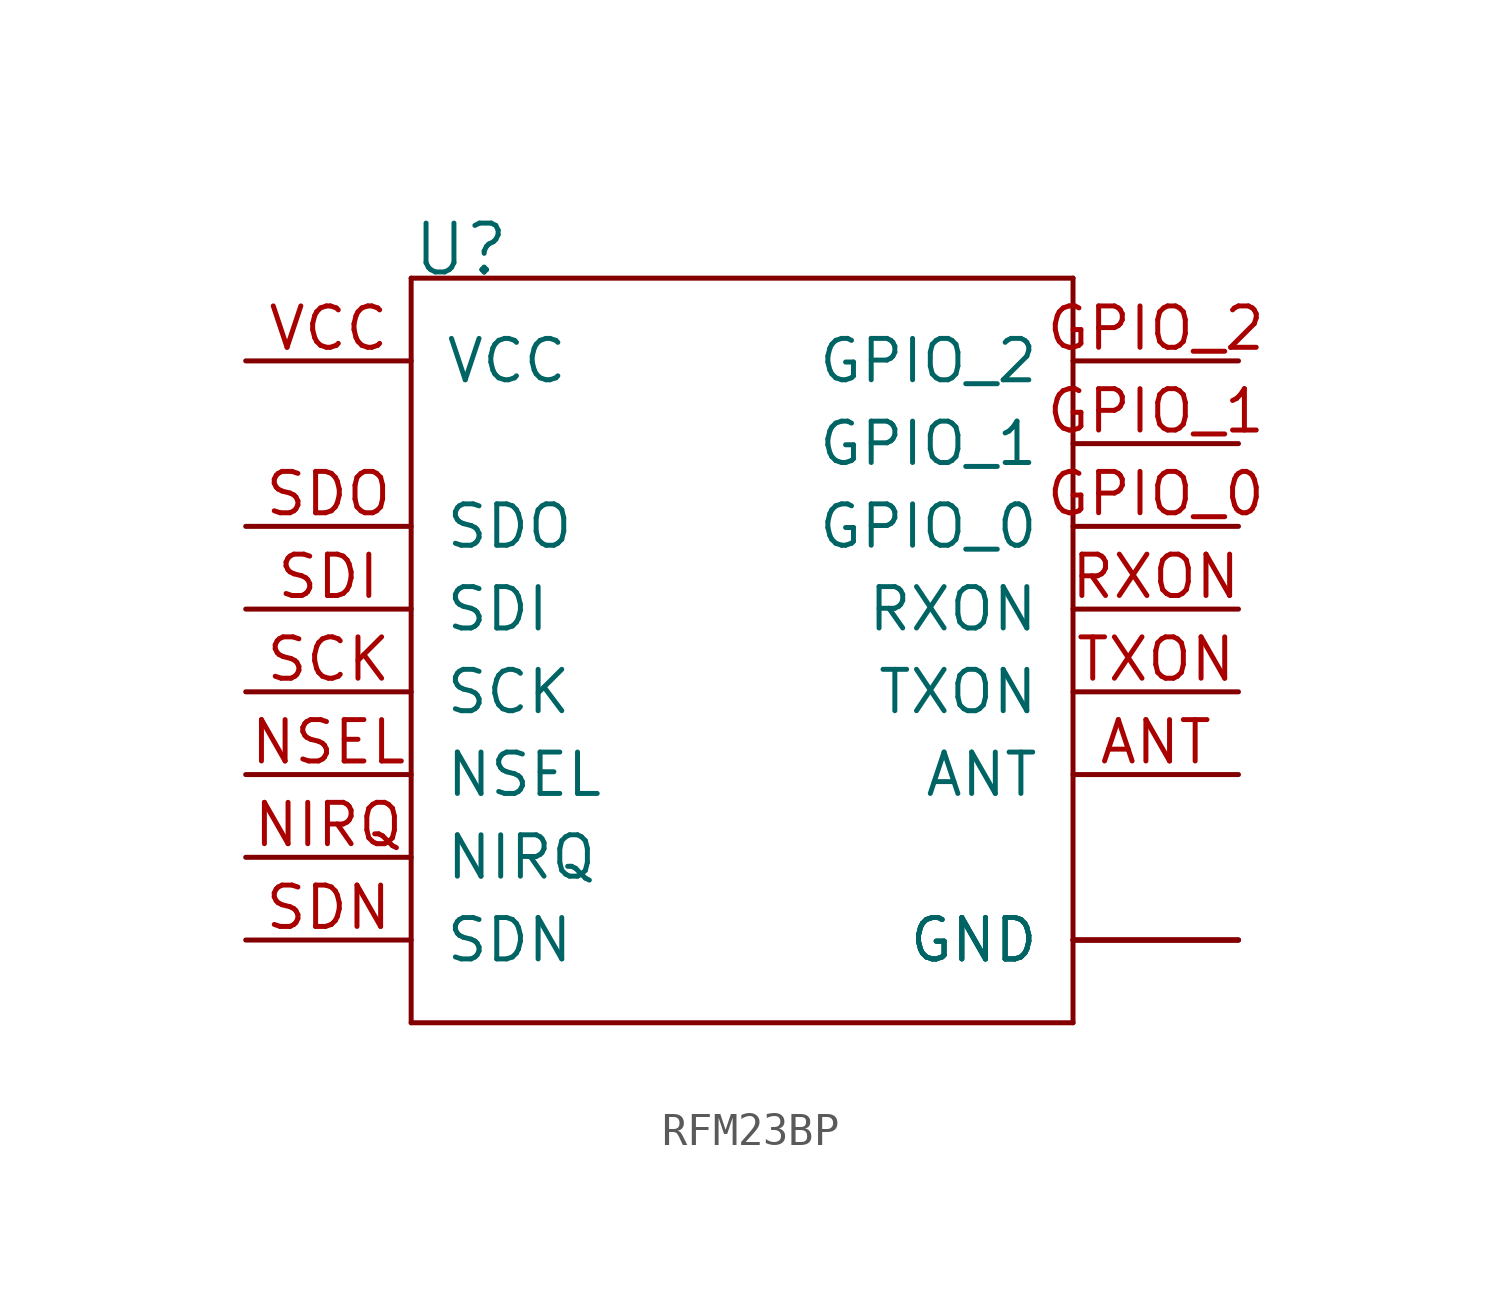
<source format=kicad_sym>
(kicad_symbol_lib
  (version 20211014)
  (generator kicad_symbol_editor)
  (symbol "RFM23BP"
    (pin_names
      (offset 1.016))
    (property "Reference" "U"
      (at -7.62 10.16 0)
      (effects (font (size 1.499 1.499)) (justify left bottom)))
    (property "ki_locked" ""
      (at 0 0 0)
      (effects (font (size 1.27 1.27))))
    (symbol "RFM23BP_1_0"
      (polyline (pts (xy -7.62 -12.7) (xy -7.62 10.16)) (stroke (width 0) (type default) (color 0 0 0 0)) (fill (type none)))
      (polyline (pts (xy -7.62 10.16) (xy 12.7 10.16)) (stroke (width 0) (type default) (color 0 0 0 0)) (fill (type none)))
      (polyline (pts (xy 12.7 -12.7) (xy -7.62 -12.7)) (stroke (width 0) (type default) (color 0 0 0 0)) (fill (type none)))
      (polyline (pts (xy 12.7 10.16) (xy 12.7 -12.7)) (stroke (width 0) (type default) (color 0 0 0 0)) (fill (type none)))
      (pin bidirectional line (at 17.78 -5.08 180) (length 5.08) (name "ANT" (effects (font (size 1.27 1.27)))) (number "ANT" (effects (font (size 1.27 1.27)))))
      (pin bidirectional line (at 17.78 -10.16 180) (length 5.08) (name "GND" (effects (font (size 1.27 1.27)))) (number "GND1" (effects (font (size 0 0)))))
      (pin bidirectional line (at 17.78 -10.16 180) (length 5.08) (name "GND" (effects (font (size 1.27 1.27)))) (number "GND2" (effects (font (size 0 0)))))
      (pin bidirectional line (at 17.78 -10.16 180) (length 5.08) (name "GND" (effects (font (size 1.27 1.27)))) (number "GND3" (effects (font (size 0 0)))))
      (pin bidirectional line (at 17.78 2.54 180) (length 5.08) (name "GPIO_0" (effects (font (size 1.27 1.27)))) (number "GPIO_0" (effects (font (size 1.27 1.27)))))
      (pin bidirectional line (at 17.78 5.08 180) (length 5.08) (name "GPIO_1" (effects (font (size 1.27 1.27)))) (number "GPIO_1" (effects (font (size 1.27 1.27)))))
      (pin bidirectional line (at 17.78 7.62 180) (length 5.08) (name "GPIO_2" (effects (font (size 1.27 1.27)))) (number "GPIO_2" (effects (font (size 1.27 1.27)))))
      (pin bidirectional line (at -12.7 -7.62 0) (length 5.08) (name "NIRQ" (effects (font (size 1.27 1.27)))) (number "NIRQ" (effects (font (size 1.27 1.27)))))
      (pin bidirectional line (at -12.7 -5.08 0) (length 5.08) (name "NSEL" (effects (font (size 1.27 1.27)))) (number "NSEL" (effects (font (size 1.27 1.27)))))
      (pin bidirectional line (at 17.78 0 180) (length 5.08) (name "RXON" (effects (font (size 1.27 1.27)))) (number "RXON" (effects (font (size 1.27 1.27)))))
      (pin bidirectional line (at -12.7 -2.54 0) (length 5.08) (name "SCK" (effects (font (size 1.27 1.27)))) (number "SCK" (effects (font (size 1.27 1.27)))))
      (pin bidirectional line (at -12.7 0 0) (length 5.08) (name "SDI" (effects (font (size 1.27 1.27)))) (number "SDI" (effects (font (size 1.27 1.27)))))
      (pin bidirectional line (at -12.7 -10.16 0) (length 5.08) (name "SDN" (effects (font (size 1.27 1.27)))) (number "SDN" (effects (font (size 1.27 1.27)))))
      (pin bidirectional line (at -12.7 2.54 0) (length 5.08) (name "SDO" (effects (font (size 1.27 1.27)))) (number "SDO" (effects (font (size 1.27 1.27)))))
      (pin bidirectional line (at 17.78 -2.54 180) (length 5.08) (name "TXON" (effects (font (size 1.27 1.27)))) (number "TXON" (effects (font (size 1.27 1.27)))))
      (pin power_in line (at -12.7 7.62 0) (length 5.08) (name "VCC" (effects (font (size 1.27 1.27)))) (number "VCC" (effects (font (size 1.27 1.27))))))))
</source>
